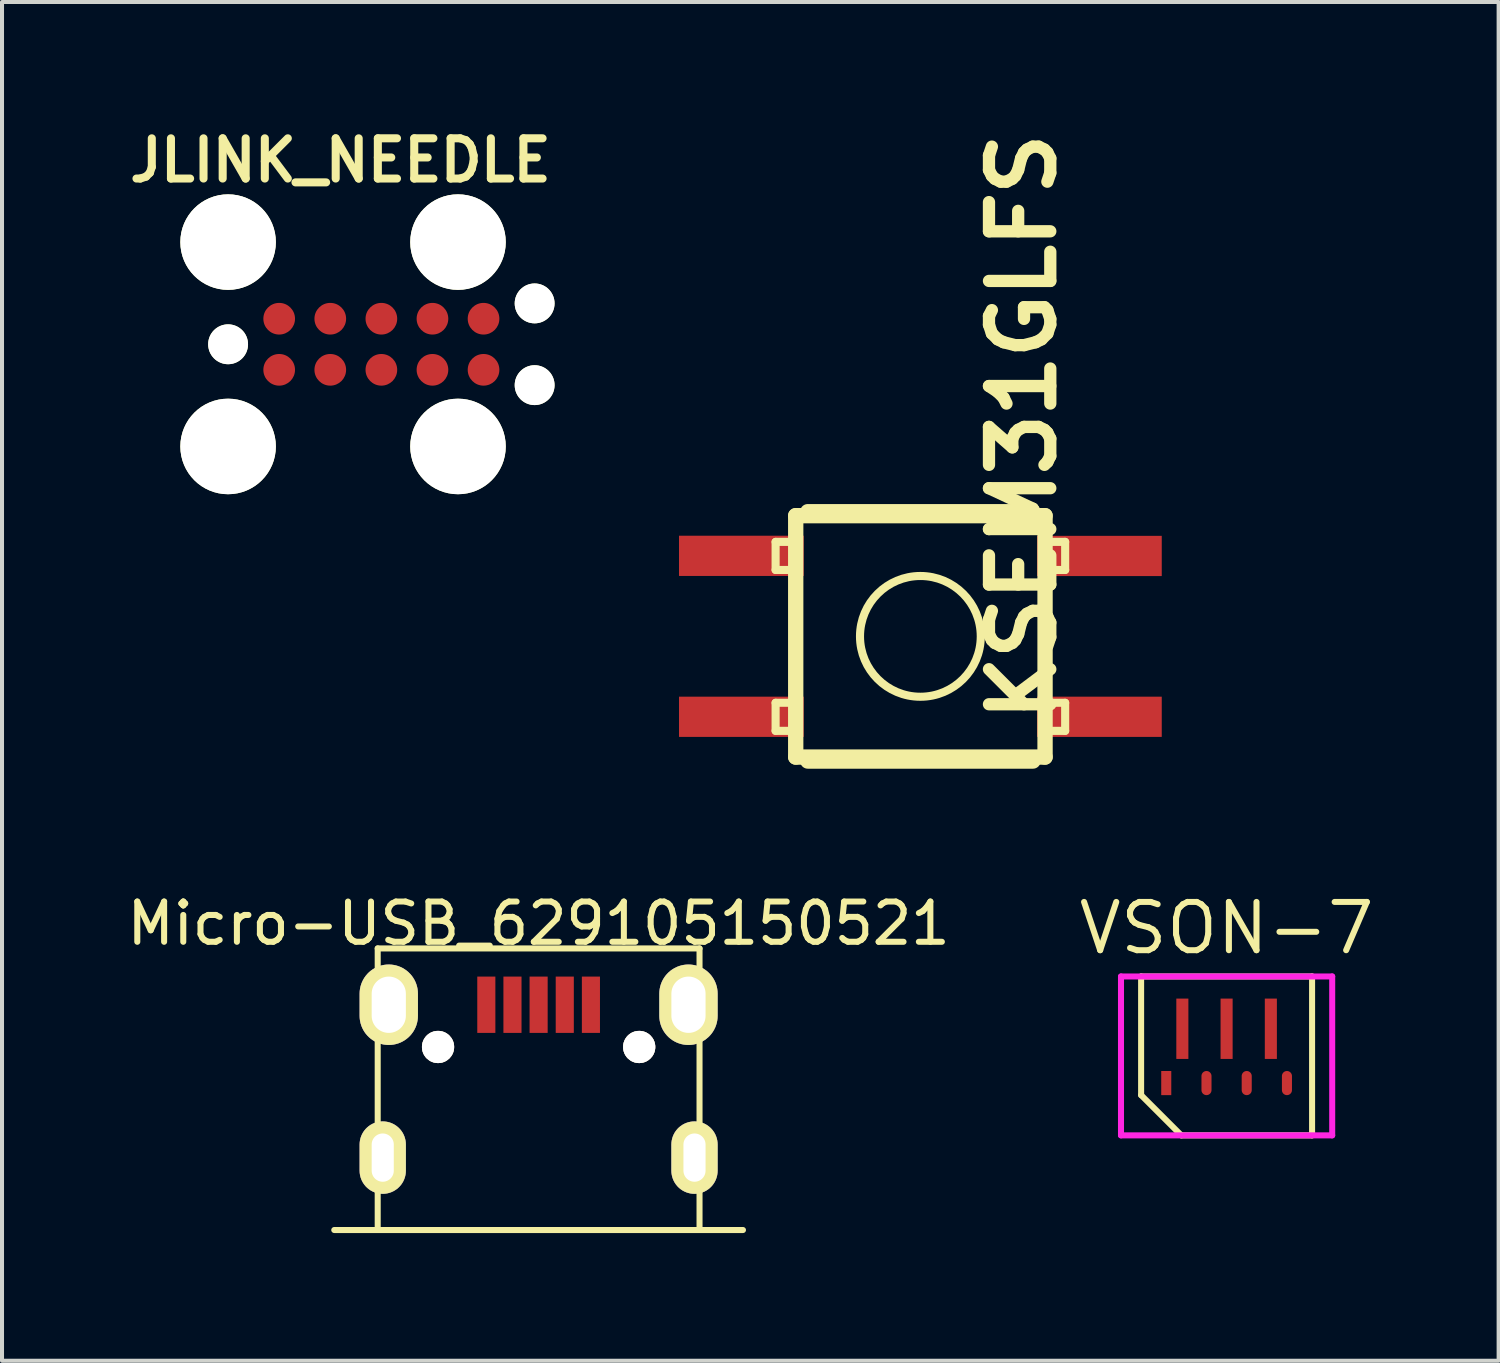
<source format=kicad_pcb>
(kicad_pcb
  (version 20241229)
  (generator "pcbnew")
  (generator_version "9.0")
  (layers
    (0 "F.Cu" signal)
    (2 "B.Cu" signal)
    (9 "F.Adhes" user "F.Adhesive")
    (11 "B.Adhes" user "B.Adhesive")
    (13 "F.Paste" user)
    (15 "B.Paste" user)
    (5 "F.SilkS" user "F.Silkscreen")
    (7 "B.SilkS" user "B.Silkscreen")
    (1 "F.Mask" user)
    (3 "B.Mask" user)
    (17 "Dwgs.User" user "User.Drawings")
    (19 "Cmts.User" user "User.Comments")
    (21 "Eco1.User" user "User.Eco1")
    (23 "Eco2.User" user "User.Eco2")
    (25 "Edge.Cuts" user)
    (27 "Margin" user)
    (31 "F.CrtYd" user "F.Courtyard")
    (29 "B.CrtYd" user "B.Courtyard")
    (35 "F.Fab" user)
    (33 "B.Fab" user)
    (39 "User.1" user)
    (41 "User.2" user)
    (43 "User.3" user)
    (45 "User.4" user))
  (footprint "KSEM31GLFS"
    (layer "F.Cu")
    (at 19.829 12.769)
    (property "Reference" "KSEM31GLFS" (at 2.54 -5.207 90) (layer "F.SilkS") (effects (font (size 1.524 1.524) (thickness 0.305))))
    (attr smd)
    (fp_line (start -3.599 -2.349) (end -3.599 -1.651) (stroke (width 0.201) (type solid)) (layer "F.SilkS"))
    (fp_line (start -3.599 -1.651) (end -3.099 -1.651) (stroke (width 0.201) (type solid)) (layer "F.SilkS"))
    (fp_line (start -3.599 1.651) (end -3.599 2.349) (stroke (width 0.201) (type solid)) (layer "F.SilkS"))
    (fp_line (start -3.599 2.349) (end -3.099 2.349) (stroke (width 0.201) (type solid)) (layer "F.SilkS"))
    (fp_line (start -3.099 -3) (end 3.099 -3) (stroke (width 0.381) (type solid)) (layer "F.SilkS"))
    (fp_line (start -3.099 -2.349) (end -3.599 -2.349) (stroke (width 0.201) (type solid)) (layer "F.SilkS"))
    (fp_line (start -3.099 1.651) (end -3.599 1.651) (stroke (width 0.201) (type solid)) (layer "F.SilkS"))
    (fp_line (start -3.099 3) (end -3.099 -3) (stroke (width 0.381) (type solid)) (layer "F.SilkS"))
    (fp_line (start -2.799 -3.099) (end 2.799 -3.099) (stroke (width 0.381) (type solid)) (layer "F.SilkS"))
    (fp_line (start -2.799 3.099) (end 2.799 3.099) (stroke (width 0.381) (type solid)) (layer "F.SilkS"))
    (fp_line (start 3.099 -3) (end 3.099 3) (stroke (width 0.381) (type solid)) (layer "F.SilkS"))
    (fp_line (start 3.099 -2.349) (end 3.599 -2.349) (stroke (width 0.201) (type solid)) (layer "F.SilkS"))
    (fp_line (start 3.099 1.651) (end 3.599 1.651) (stroke (width 0.201) (type solid)) (layer "F.SilkS"))
    (fp_line (start 3.099 3) (end -3.099 3) (stroke (width 0.381) (type solid)) (layer "F.SilkS"))
    (fp_line (start 3.599 -2.349) (end 3.599 -1.651) (stroke (width 0.201) (type solid)) (layer "F.SilkS"))
    (fp_line (start 3.599 -1.651) (end 3.099 -1.651) (stroke (width 0.201) (type solid)) (layer "F.SilkS"))
    (fp_line (start 3.599 1.651) (end 3.599 2.349) (stroke (width 0.201) (type solid)) (layer "F.SilkS"))
    (fp_line (start 3.599 2.349) (end 3.099 2.349) (stroke (width 0.201) (type solid)) (layer "F.SilkS"))
    (fp_circle (center 0 0) (end 1.501 0) (stroke (width 0.201) (type solid)) (fill no) (layer "F.SilkS"))
    (pad "1" smd rect (at -4.45 -2.002) (size 3.1 1) (layers "F.Cu" "F.Mask" "F.Paste"))
    (pad "2" smd rect (at 4.45 -1.999) (size 3.1 1) (layers "F.Cu" "F.Mask" "F.Paste"))
    (pad "3" smd rect (at -4.45 1.999) (size 3.1 1) (layers "F.Cu" "F.Mask" "F.Paste"))
    (pad "4" smd rect (at 4.45 1.999) (size 3.1 1) (layers "F.Cu" "F.Mask" "F.Paste")))
  (footprint "JLINK_NEEDLE"
    (layer "F.Cu")
    (at 6.43 5.508)
    (property "Reference" "JLINK_NEEDLE" (at -1.016 -4.572 0) (layer "F.SilkS") (effects (font (size 1 1) (thickness 0.2))))
    (attr through_hole)
    (pad "" np_thru_hole circle (at -3.81 -2.54) (size 2.375 2.375) (drill 2.375) (layers "*.Cu" "*.Mask" "F.SilkS"))
    (pad "" np_thru_hole circle (at -3.81 0) (size 0.991 0.991) (drill 0.991) (layers "*.Cu" "*.Mask" "F.SilkS"))
    (pad "" np_thru_hole circle (at -3.81 2.54) (size 2.375 2.375) (drill 2.375) (layers "*.Cu" "*.Mask" "F.SilkS"))
    (pad "" np_thru_hole circle (at 1.905 -2.54) (size 2.375 2.375) (drill 2.375) (layers "*.Cu" "*.Mask" "F.SilkS"))
    (pad "" np_thru_hole circle (at 1.905 2.54) (size 2.375 2.375) (drill 2.375) (layers "*.Cu" "*.Mask" "F.SilkS"))
    (pad "" np_thru_hole circle (at 3.81 -1.016) (size 0.991 0.991) (drill 0.991) (layers "*.Cu" "*.Mask" "F.SilkS"))
    (pad "" np_thru_hole circle (at 3.81 1.016) (size 0.991 0.991) (drill 0.991) (layers "*.Cu" "*.Mask" "F.SilkS"))
    (pad "1" smd circle (at -2.54 0.635) (size 0.787 0.787) (layers "F.Cu" "F.Mask"))
    (pad "2" smd circle (at -1.27 0.635) (size 0.787 0.787) (layers "F.Cu" "F.Mask"))
    (pad "3" smd circle (at 0 0.635) (size 0.787 0.787) (layers "F.Cu" "F.Mask"))
    (pad "4" smd circle (at 1.27 0.635) (size 0.787 0.787) (layers "F.Cu" "F.Mask"))
    (pad "5" smd circle (at 2.54 0.635) (size 0.787 0.787) (layers "F.Cu" "F.Mask"))
    (pad "6" smd circle (at 2.54 -0.635) (size 0.787 0.787) (layers "F.Cu" "F.Mask"))
    (pad "7" smd circle (at 1.27 -0.635) (size 0.787 0.787) (layers "F.Cu" "F.Mask"))
    (pad "8" smd circle (at 0 -0.635) (size 0.787 0.787) (layers "F.Cu" "F.Mask"))
    (pad "9" smd circle (at -1.27 -0.635) (size 0.787 0.787) (layers "F.Cu" "F.Mask"))
    (pad "10" smd circle (at -2.54 -0.635) (size 0.787 0.787) (layers "F.Cu" "F.Mask")))
  (footprint "Micro-USB_629105150521"
    (layer "F.Cu")
    (at 10.339 27.526)
    (property "Reference" "Micro-USB_629105150521" (at 0 -7.62 0) (layer "F.SilkS") (effects (font (size 1 1) (thickness 0.15))))
    (attr through_hole)
    (fp_line (start -5.08 0) (end 5.08 0) (stroke (width 0.15) (type solid)) (layer "F.SilkS"))
    (fp_line (start -4 -7) (end 4 -7) (stroke (width 0.15) (type solid)) (layer "F.SilkS"))
    (fp_line (start -4 0) (end -4 -7) (stroke (width 0.15) (type solid)) (layer "F.SilkS"))
    (fp_line (start 4 -7) (end 4 0) (stroke (width 0.15) (type solid)) (layer "F.SilkS"))
    (pad "" thru_hole circle (at -2.5 -4.55) (size 0.8 0.8) (drill 0.8) (layers "*.Cu" "*.Mask" "F.SilkS"))
    (pad "" thru_hole circle (at 2.5 -4.55) (size 0.8 0.8) (drill 0.8) (layers "*.Cu" "*.Mask" "F.SilkS"))
    (pad "1" smd rect (at -1.3 -5.6) (size 0.45 1.4) (layers "F.Cu" "F.Mask" "F.Paste"))
    (pad "2" smd rect (at -0.65 -5.6) (size 0.45 1.4) (layers "F.Cu" "F.Mask" "F.Paste"))
    (pad "3" smd rect (at 0 -5.6) (size 0.45 1.4) (layers "F.Cu" "F.Mask" "F.Paste"))
    (pad "4" smd rect (at 0.65 -5.6) (size 0.45 1.4) (layers "F.Cu" "F.Mask" "F.Paste"))
    (pad "5" smd rect (at 1.3 -5.6) (size 0.45 1.4) (layers "F.Cu" "F.Mask" "F.Paste"))
    (pad "6" thru_hole oval (at -3.875 -1.8) (size 1.15 1.8) (drill oval 0.55 1.2) (layers "*.Cu" "*.Mask" "F.SilkS"))
    (pad "6" thru_hole oval (at -3.725 -5.6) (size 1.45 2) (drill oval 0.85 1.4) (layers "*.Cu" "*.Mask" "F.SilkS"))
    (pad "6" thru_hole oval (at 3.725 -5.6) (size 1.45 2) (drill oval 0.85 1.4) (layers "*.Cu" "*.Mask" "F.SilkS"))
    (pad "6" thru_hole oval (at 3.875 -1.8) (size 1.15 1.8) (drill oval 0.55 1.2) (layers "*.Cu" "*.Mask" "F.SilkS")))
  (footprint "VSON-7"
    (layer "F.Cu")
    (at 27.441 23.198)
    (property "Reference" "VSON-7" (at 0 -3.175 0) (layer "F.SilkS") (effects (font (size 1.2 1.2) (thickness 0.15))))
    (attr through_hole)
    (fp_line (start -2.125 -1.975) (end 2.125 -1.975) (stroke (width 0.15) (type solid)) (layer "F.SilkS"))
    (fp_line (start -2.125 0.975) (end -2.125 -1.975) (stroke (width 0.15) (type solid)) (layer "F.SilkS"))
    (fp_line (start -1.125 1.975) (end -2.125 0.975) (stroke (width 0.15) (type solid)) (layer "F.SilkS"))
    (fp_line (start 2.125 -1.975) (end 2.125 1.975) (stroke (width 0.15) (type solid)) (layer "F.SilkS"))
    (fp_line (start 2.125 1.975) (end -1.125 1.975) (stroke (width 0.15) (type solid)) (layer "F.SilkS"))
    (fp_line (start -2.625 -1.975) (end 2.625 -1.975) (stroke (width 0.15) (type solid)) (layer "F.CrtYd"))
    (fp_line (start -2.625 1.975) (end -2.625 -1.975) (stroke (width 0.15) (type solid)) (layer "F.CrtYd"))
    (fp_line (start 2.625 -1.975) (end 2.625 1.975) (stroke (width 0.15) (type solid)) (layer "F.CrtYd"))
    (fp_line (start 2.625 1.975) (end -2.625 1.975) (stroke (width 0.15) (type solid)) (layer "F.CrtYd"))
    (pad "1" smd rect (at -1.5 0.675) (size 0.25 0.6) (layers "F.Cu" "F.Mask" "F.Paste"))
    (pad "2" smd oval (at -0.5 0.675) (size 0.25 0.6) (layers "F.Cu" "F.Mask" "F.Paste"))
    (pad "3" smd oval (at 0.5 0.675) (size 0.25 0.6) (layers "F.Cu" "F.Mask" "F.Paste"))
    (pad "4" smd oval (at 1.5 0.675) (size 0.25 0.6) (layers "F.Cu" "F.Mask" "F.Paste"))
    (pad "5" smd rect (at -1.1 -0.675) (size 0.3 1.5) (layers "F.Cu" "F.Mask" "F.Paste"))
    (pad "6" smd rect (at 0 -0.675) (size 0.3 1.5) (layers "F.Cu" "F.Mask" "F.Paste"))
    (pad "7" smd rect (at 1.1 -0.675) (size 0.3 1.5) (layers "F.Cu" "F.Mask" "F.Paste")))
  (gr_rect
    (start -3 -3)
    (end 34.203 30.776)
    (stroke (width 0.1) (type default))
    (fill no)
    (layer "Edge.Cuts")))
</source>
